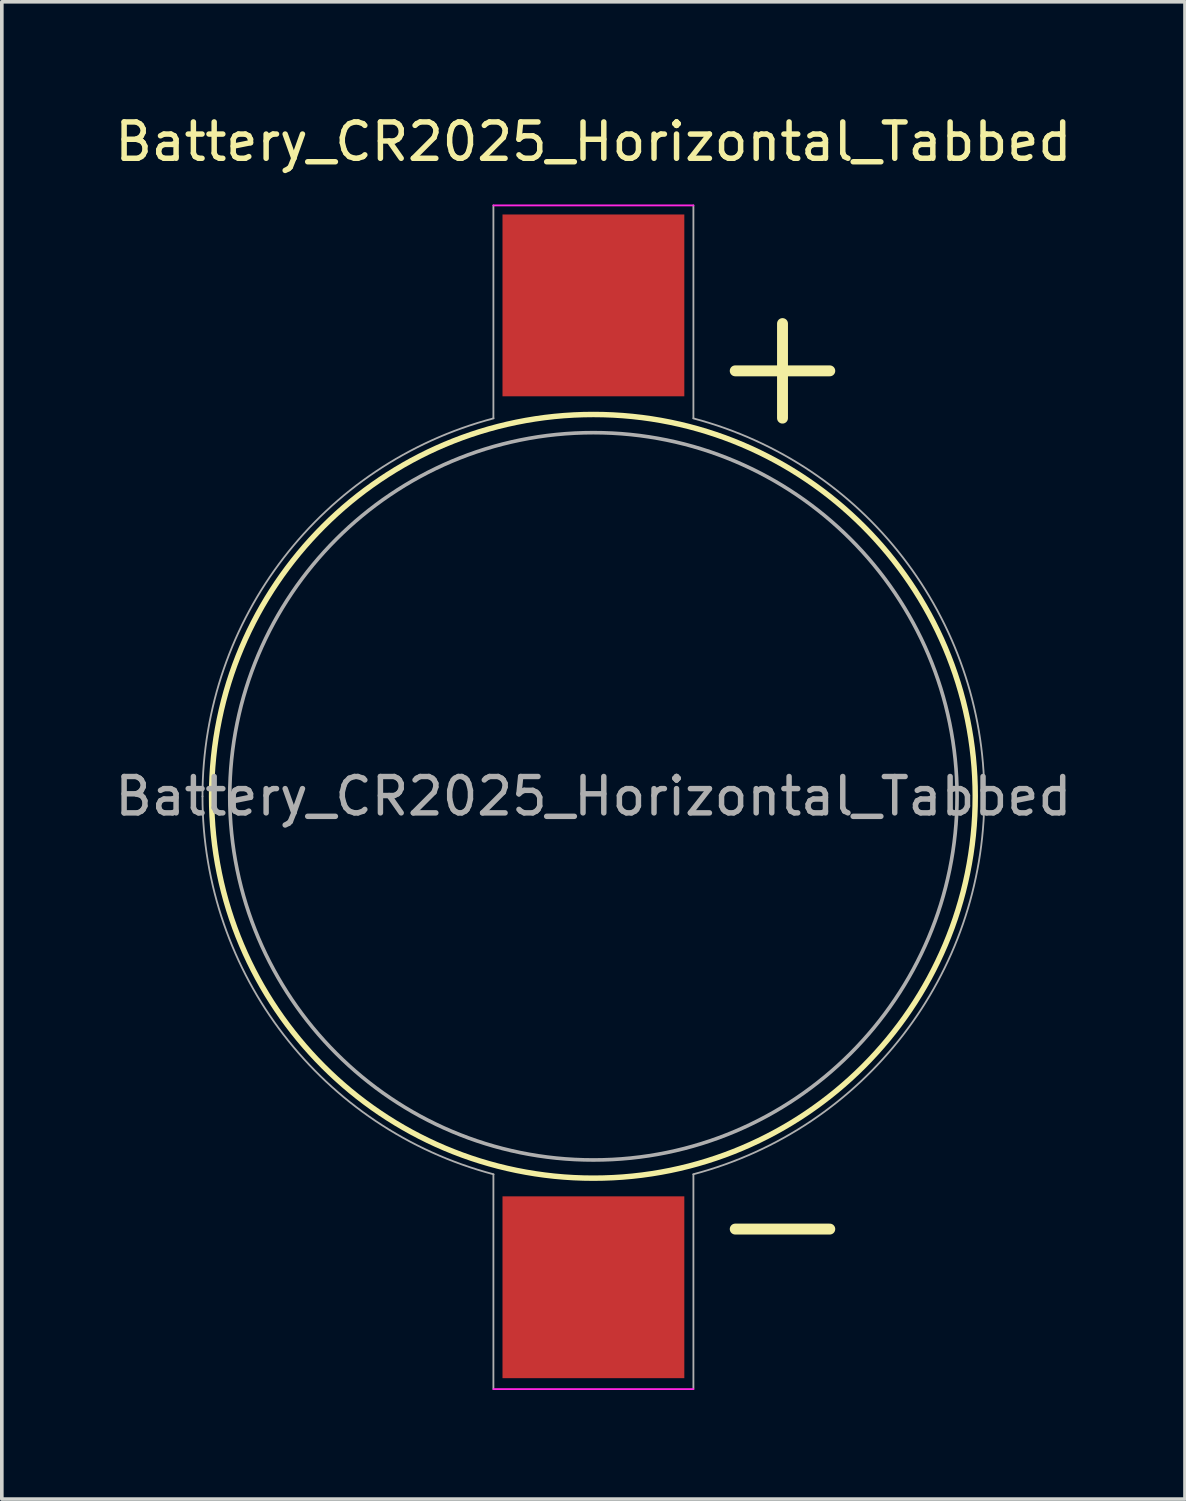
<source format=kicad_pcb>
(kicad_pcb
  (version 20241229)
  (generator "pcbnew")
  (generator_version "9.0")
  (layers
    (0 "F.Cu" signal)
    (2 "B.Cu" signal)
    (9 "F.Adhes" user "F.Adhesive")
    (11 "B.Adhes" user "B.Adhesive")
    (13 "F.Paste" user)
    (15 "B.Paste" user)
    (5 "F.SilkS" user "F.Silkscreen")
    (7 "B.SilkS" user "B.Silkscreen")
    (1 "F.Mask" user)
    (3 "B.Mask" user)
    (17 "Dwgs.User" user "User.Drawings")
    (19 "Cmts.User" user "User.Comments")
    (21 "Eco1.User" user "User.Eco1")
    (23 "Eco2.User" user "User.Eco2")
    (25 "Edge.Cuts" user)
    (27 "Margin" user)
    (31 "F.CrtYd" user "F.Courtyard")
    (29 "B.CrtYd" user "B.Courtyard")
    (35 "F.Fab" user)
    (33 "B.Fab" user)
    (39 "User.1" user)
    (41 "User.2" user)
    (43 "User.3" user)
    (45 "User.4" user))
  (footprint "Battery_CR2025_Horizontal_Tabbed"
    (layer "F.Cu")
    (at 13.268 18.848)
    (property "Reference" "Battery_CR2025_Horizontal_Tabbed" (at 0 -18 0) (layer "F.SilkS") (effects (font (size 1 1) (thickness 0.15))))
    (attr smd)
    (fp_line (start 3.9 -11.7) (end 6.5 -11.7) (stroke (width 0.3) (type solid)) (layer "F.SilkS"))
    (fp_line (start 3.9 11.9) (end 6.5 11.9) (stroke (width 0.3) (type solid)) (layer "F.SilkS"))
    (fp_line (start 5.2 -10.4) (end 5.2 -13) (stroke (width 0.3) (type solid)) (layer "F.SilkS"))
    (fp_circle (center 0 0) (end 10.5 0) (stroke (width 0.15) (type solid)) (fill no) (layer "F.SilkS"))
    (fp_line (start -2.75 -16.25) (end 2.75 -16.25) (stroke (width 0.05) (type solid)) (layer "F.CrtYd"))
    (fp_line (start -2.75 16.3) (end 2.75 16.3) (stroke (width 0.05) (type solid)) (layer "F.CrtYd"))
    (fp_line (start -2.75 -16.25) (end -2.75 -10.4) (stroke (width 0.05) (type solid)) (layer "F.Fab"))
    (fp_line (start -2.75 10.4) (end -2.75 16.3) (stroke (width 0.05) (type solid)) (layer "F.Fab"))
    (fp_line (start 2.75 -16.25) (end 2.75 -10.4) (stroke (width 0.05) (type solid)) (layer "F.Fab"))
    (fp_line (start 2.75 10.4) (end 2.75 16.3) (stroke (width 0.05) (type solid)) (layer "F.Fab"))
    (fp_arc (start -10.75 0) (mid -8.517114 -6.55906) (end -2.746042 -10.393351) (stroke (width 0.05) (type solid)) (layer "F.Fab"))
    (fp_arc (start -2.746042 10.393351) (mid -8.517113 6.55906) (end -10.75 0) (stroke (width 0.05) (type solid)) (layer "F.Fab"))
    (fp_arc (start 2.748098 -10.392808) (mid 8.517762 -6.558218) (end 10.75 0) (stroke (width 0.05) (type solid)) (layer "F.Fab"))
    (fp_arc (start 10.75 0) (mid 8.517114 6.55906) (end 2.746042 10.393351) (stroke (width 0.05) (type solid)) (layer "F.Fab"))
    (fp_circle (center 0 0) (end 10 0) (stroke (width 0.1) (type solid)) (fill no) (layer "F.Fab"))
    (fp_text user "${REFERENCE}" (at 0 0 0) (layer "F.Fab") (effects (font (size 1 1) (thickness 0.15))))
    (pad "1" smd rect (at 0 -13.5) (size 5 5) (layers "F.Cu" "F.Mask" "F.Paste"))
    (pad "2" smd rect (at 0 13.5) (size 5 5) (layers "F.Cu" "F.Mask" "F.Paste")))
  (gr_rect
    (start -3 -3)
    (end 29.536 38.173)
    (stroke (width 0.1) (type default))
    (fill no)
    (layer "Edge.Cuts")))
</source>
